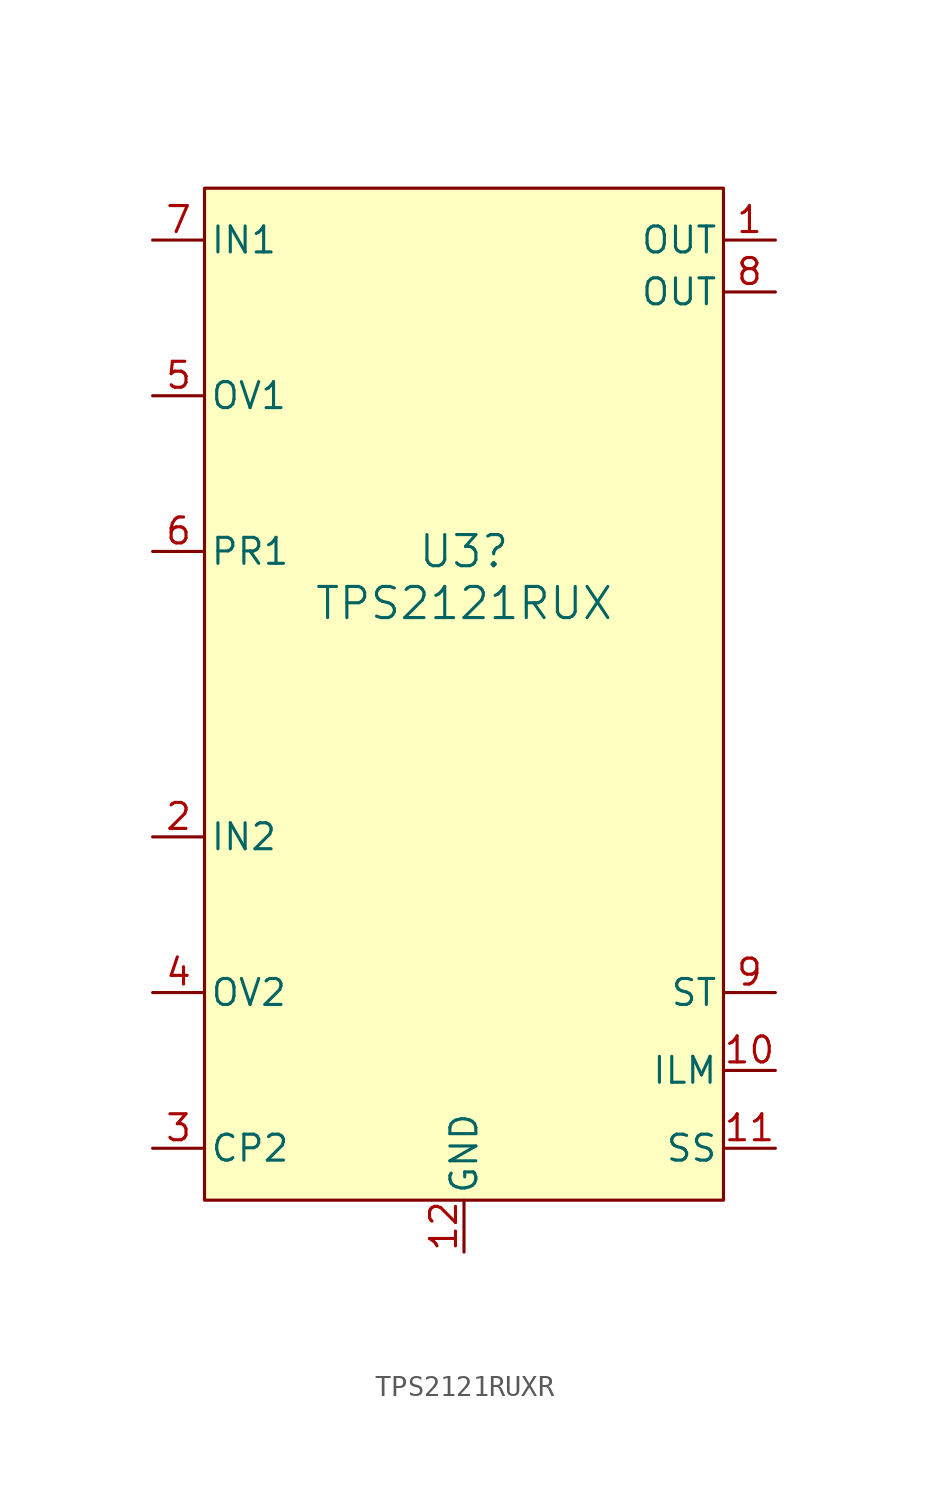
<source format=kicad_sym>
(kicad_symbol_lib
  (version 20241209)
  (generator "kicad_symbol_editor")
  (generator_version "9.0")
  (symbol "TPS2121RUXR"
    (pin_names
      (offset 0.254))
    (property "Reference" "U3"
      (at 0 7.62 0)
      (effects (font (size 1.524 1.524))))
    (property "Value" "TPS2121RUX"
      (at 0 5.08 0)
      (effects (font (size 1.524 1.524))))
    (symbol "TPS2121RUXR_0_1"
      (pin power_in line (at -15.24 22.86 0) (length 2.54) (name "IN1" (effects (font (size 1.27 1.27)))) (number "7" (effects (font (size 1.27 1.27)))))
      (pin input line (at -15.24 15.24 0) (length 2.54) (name "OV1" (effects (font (size 1.27 1.27)))) (number "5" (effects (font (size 1.27 1.27)))))
      (pin input line (at -15.24 7.62 0) (length 2.54) (name "PR1" (effects (font (size 1.27 1.27)))) (number "6" (effects (font (size 1.27 1.27)))))
      (pin power_in line (at -15.24 -6.35 0) (length 2.54) (name "IN2" (effects (font (size 1.27 1.27)))) (number "2" (effects (font (size 1.27 1.27)))))
      (pin input line (at -15.24 -13.97 0) (length 2.54) (name "OV2" (effects (font (size 1.27 1.27)))) (number "4" (effects (font (size 1.27 1.27)))))
      (pin input line (at -15.24 -21.59 0) (length 2.54) (name "CP2" (effects (font (size 1.27 1.27)))) (number "3" (effects (font (size 1.27 1.27)))))
      (pin power_in line (at 0 -26.67 90) (length 2.54) (name "GND" (effects (font (size 1.27 1.27)))) (number "12" (effects (font (size 1.27 1.27)))))
      (pin power_in line (at 15.24 22.86 180) (length 2.54) (name "OUT" (effects (font (size 1.27 1.27)))) (number "1" (effects (font (size 1.27 1.27)))))
      (pin power_in line (at 15.24 20.32 180) (length 2.54) (name "OUT" (effects (font (size 1.27 1.27)))) (number "8" (effects (font (size 1.27 1.27)))))
      (pin output line (at 15.24 -13.97 180) (length 2.54) (name "ST" (effects (font (size 1.27 1.27)))) (number "9" (effects (font (size 1.27 1.27)))))
      (pin bidirectional line (at 15.24 -17.78 180) (length 2.54) (name "ILM" (effects (font (size 1.27 1.27)))) (number "10" (effects (font (size 1.27 1.27)))))
      (pin bidirectional line (at 15.24 -21.59 180) (length 2.54) (name "SS" (effects (font (size 1.27 1.27)))) (number "11" (effects (font (size 1.27 1.27))))))
    (symbol "TPS2121RUXR_1_1"
      (rectangle (start -12.7 25.4) (end 12.7 -24.13) (stroke (width 0) (type default)) (fill (type background))))))
</source>
